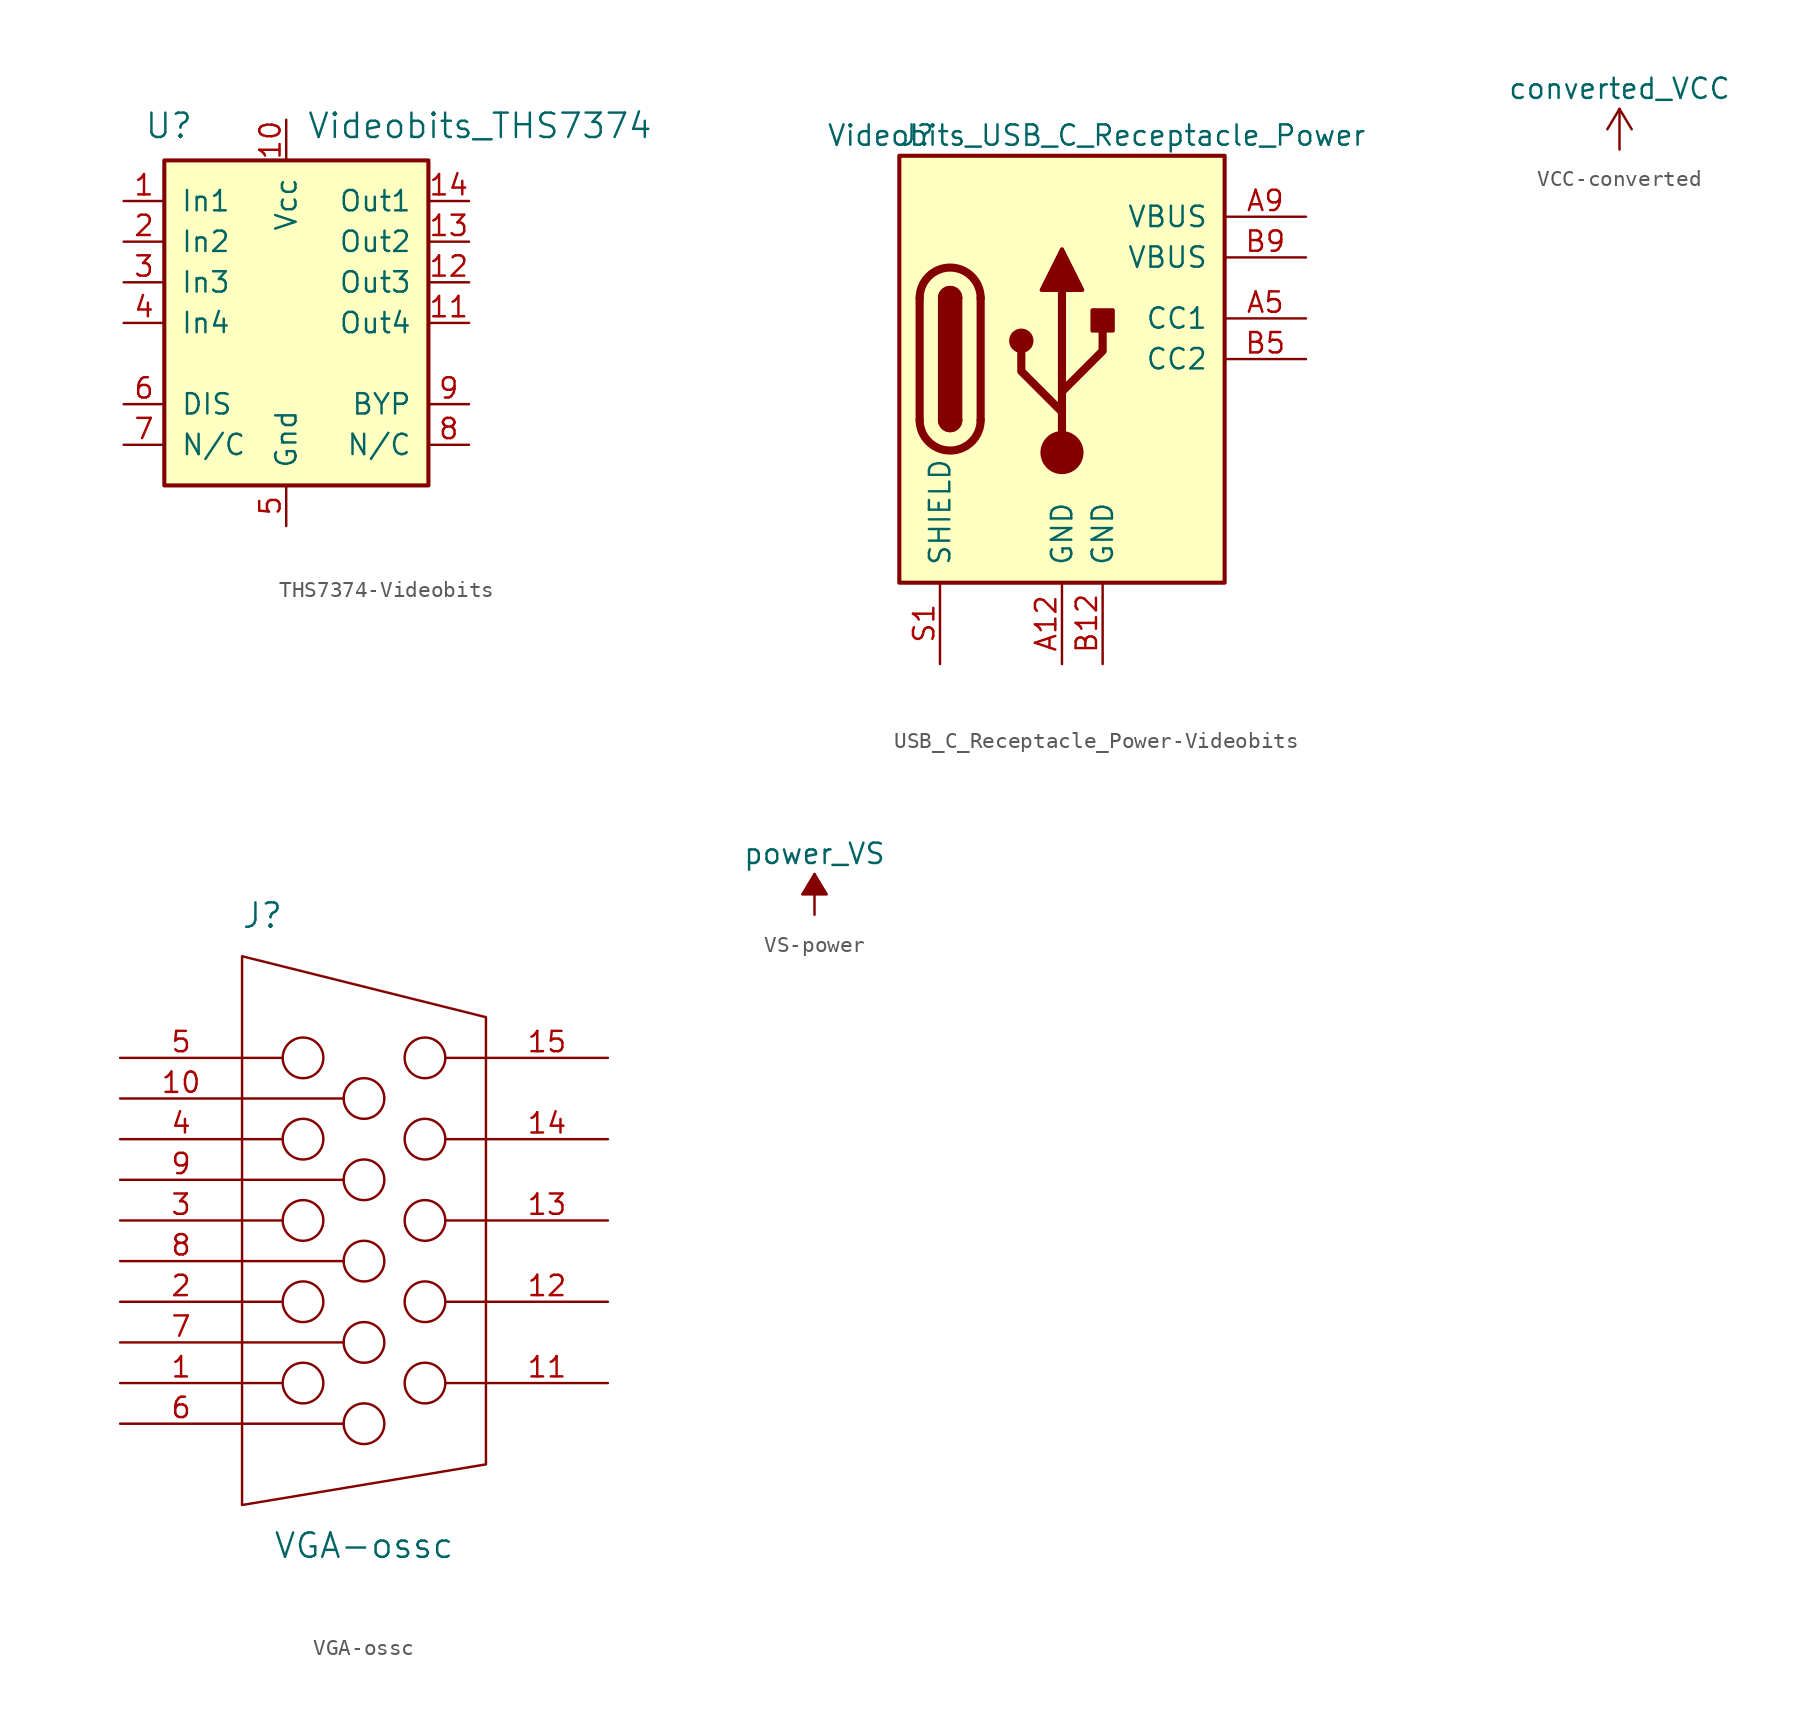
<source format=kicad_sym>
(kicad_symbol_lib
  (version 20231120)
  (generator "kicad_symbol_editor")
  (generator_version "8.0")
  (symbol "THS7374-Videobits"
    (pin_names
      (offset 1.016))
    (property "Reference" "U"
      (at -3.81 6.35 0)
      (effects (font (size 1.524 1.524)) (justify left bottom)))
    (property "Value" "Videobits_THS7374"
      (at 6.35 6.35 0)
      (effects (font (size 1.524 1.524)) (justify left bottom)))
    (property "Footprint" ""
      (at 0 0 0)
      (effects (font (size 1.524 1.524))))
    (property "Datasheet" ""
      (at 0 0 0)
      (effects (font (size 1.524 1.524))))
    (symbol "THS7374-Videobits_0_1"
      (rectangle (start -2.54 -15.24) (end 13.97 5.08) (stroke (width 0.254) (type solid)) (fill (type background)))
      (pin input line (at -5.08 2.54 0) (length 2.54) (name "In1" (effects (font (size 1.27 1.27)))) (number "1" (effects (font (size 1.27 1.27)))))
      (pin power_in line (at 5.08 7.62 270) (length 2.54) (name "Vcc" (effects (font (size 1.27 1.27)))) (number "10" (effects (font (size 1.27 1.27)))))
      (pin output line (at 16.51 -5.08 180) (length 2.54) (name "Out4" (effects (font (size 1.27 1.27)))) (number "11" (effects (font (size 1.27 1.27)))))
      (pin output line (at 16.51 -2.54 180) (length 2.54) (name "Out3" (effects (font (size 1.27 1.27)))) (number "12" (effects (font (size 1.27 1.27)))))
      (pin output line (at 16.51 0 180) (length 2.54) (name "Out2" (effects (font (size 1.27 1.27)))) (number "13" (effects (font (size 1.27 1.27)))))
      (pin output line (at 16.51 2.54 180) (length 2.54) (name "Out1" (effects (font (size 1.27 1.27)))) (number "14" (effects (font (size 1.27 1.27)))))
      (pin input line (at -5.08 0 0) (length 2.54) (name "In2" (effects (font (size 1.27 1.27)))) (number "2" (effects (font (size 1.27 1.27)))))
      (pin input line (at -5.08 -2.54 0) (length 2.54) (name "In3" (effects (font (size 1.27 1.27)))) (number "3" (effects (font (size 1.27 1.27)))))
      (pin input line (at -5.08 -5.08 0) (length 2.54) (name "In4" (effects (font (size 1.27 1.27)))) (number "4" (effects (font (size 1.27 1.27)))))
      (pin power_in line (at 5.08 -17.78 90) (length 2.54) (name "Gnd" (effects (font (size 1.27 1.27)))) (number "5" (effects (font (size 1.27 1.27)))))
      (pin input line (at -5.08 -10.16 0) (length 2.54) (name "DIS" (effects (font (size 1.27 1.27)))) (number "6" (effects (font (size 1.27 1.27)))))
      (pin passive line (at -5.08 -12.7 0) (length 2.54) (name "N/C" (effects (font (size 1.27 1.27)))) (number "7" (effects (font (size 1.27 1.27)))))
      (pin passive line (at 16.51 -12.7 180) (length 2.54) (name "N/C" (effects (font (size 1.27 1.27)))) (number "8" (effects (font (size 1.27 1.27)))))
      (pin input line (at 16.51 -10.16 180) (length 2.54) (name "BYP" (effects (font (size 1.27 1.27)))) (number "9" (effects (font (size 1.27 1.27)))))))
  (symbol "USB_C_Receptacle_Power-Videobits"
    (pin_names
      (offset 1.016))
    (property "Reference" "J"
      (at -10.16 10.16 0)
      (effects (font (size 1.27 1.27)) (justify left)))
    (property "Value" "Videobits_USB_C_Receptacle_Power"
      (at 19.05 10.16 0)
      (effects (font (size 1.27 1.27)) (justify right)))
    (symbol "USB_C_Receptacle_Power-Videobits_0_1"
      (rectangle (start -10.16 8.89) (end 10.16 -17.78) (stroke (width 0.254) (type solid)) (fill (type background)))
      (arc (start -8.89 -7.62) (mid -6.985 -9.525) (end -5.08 -7.62) (stroke (width 0.508) (type solid)) (fill (type none)))
      (arc (start -7.62 -7.62) (mid -6.985 -8.255) (end -6.35 -7.62) (stroke (width 0.254) (type solid)) (fill (type none)))
      (arc (start -7.62 -7.62) (mid -6.985 -8.255) (end -6.35 -7.62) (stroke (width 0.254) (type solid)) (fill (type outline)))
      (rectangle (start -7.62 -7.62) (end -6.35 0) (stroke (width 0.254) (type solid)) (fill (type outline)))
      (arc (start -6.35 0) (mid -6.985 0.635) (end -7.62 0) (stroke (width 0.254) (type solid)) (fill (type none)))
      (arc (start -6.35 0) (mid -6.985 0.635) (end -7.62 0) (stroke (width 0.254) (type solid)) (fill (type outline)))
      (arc (start -5.08 0) (mid -6.985 1.905) (end -8.89 0) (stroke (width 0.508) (type solid)) (fill (type none)))
      (circle (center -2.54 -2.667) (radius 0.635) (stroke (width 0.254) (type solid)) (fill (type outline)))
      (circle (center 0 -9.652) (radius 1.27) (stroke (width 0) (type solid)) (fill (type outline)))
      (polyline (pts (xy -8.89 -7.62) (xy -8.89 0)) (stroke (width 0.508) (type solid)) (fill (type none)))
      (polyline (pts (xy -5.08 0) (xy -5.08 -7.62)) (stroke (width 0.508) (type solid)) (fill (type none)))
      (polyline (pts (xy 0 -9.652) (xy 0 0.508)) (stroke (width 0.508) (type solid)) (fill (type none)))
      (polyline (pts (xy 0 -7.112) (xy -2.54 -4.572) (xy -2.54 -3.302)) (stroke (width 0.508) (type solid)) (fill (type none)))
      (polyline (pts (xy 0 -5.842) (xy 2.54 -3.302) (xy 2.54 -2.032)) (stroke (width 0.508) (type solid)) (fill (type none)))
      (polyline (pts (xy -1.27 0.508) (xy 0 3.048) (xy 1.27 0.508) (xy -1.27 0.508)) (stroke (width 0.254) (type solid)) (fill (type outline)))
      (rectangle (start 1.905 -2.032) (end 3.175 -0.762) (stroke (width 0.254) (type solid)) (fill (type outline))))
    (symbol "USB_C_Receptacle_Power-Videobits_1_1"
      (pin power_out line (at 0 -22.86 90) (length 5.08) (name "GND" (effects (font (size 1.27 1.27)))) (number "A12" (effects (font (size 1.27 1.27)))))
      (pin bidirectional line (at 15.24 -1.27 180) (length 5.08) (name "CC1" (effects (font (size 1.27 1.27)))) (number "A5" (effects (font (size 1.27 1.27)))))
      (pin power_out line (at 15.24 5.08 180) (length 5.08) (name "VBUS" (effects (font (size 1.27 1.27)))) (number "A9" (effects (font (size 1.27 1.27)))))
      (pin power_out line (at 2.54 -22.86 90) (length 5.08) (name "GND" (effects (font (size 1.27 1.27)))) (number "B12" (effects (font (size 1.27 1.27)))))
      (pin bidirectional line (at 15.24 -3.81 180) (length 5.08) (name "CC2" (effects (font (size 1.27 1.27)))) (number "B5" (effects (font (size 1.27 1.27)))))
      (pin power_out line (at 15.24 2.54 180) (length 5.08) (name "VBUS" (effects (font (size 1.27 1.27)))) (number "B9" (effects (font (size 1.27 1.27)))))
      (pin passive line (at -7.62 -22.86 90) (length 5.08) (name "SHIELD" (effects (font (size 1.27 1.27)))) (number "S1" (effects (font (size 1.27 1.27)))))))
  (symbol "VCC-converted"
    (power)
    (pin_names
      (offset 0))
    (property "Reference" "#PWR"
      (at 0 -3.81 0)
      (effects (font (size 1.27 1.27)) (hide yes)))
    (property "Value" "converted_VCC"
      (at 0 3.81 0)
      (effects (font (size 1.27 1.27))))
    (property "Footprint" ""
      (at 0 0 0)
      (effects (font (size 1.524 1.524))))
    (property "Datasheet" ""
      (at 0 0 0)
      (effects (font (size 1.524 1.524))))
    (symbol "VCC-converted_0_1"
      (polyline (pts (xy -0.762 1.27) (xy 0 2.54)) (stroke (width 0) (type solid)) (fill (type none)))
      (polyline (pts (xy 0 0) (xy 0 2.54)) (stroke (width 0) (type solid)) (fill (type none)))
      (polyline (pts (xy 0 2.54) (xy 0.762 1.27)) (stroke (width 0) (type solid)) (fill (type none))))
    (symbol "VCC-converted_1_1"
      (pin power_in line (at 0 0 90) (length 0) hide (name "VCC" (effects (font (size 1.27 1.27)))) (number "1" (effects (font (size 1.27 1.27)))))))
  (symbol "VGA-ossc"
    (pin_names
      (offset 0) hide)
    (property "Reference" "J"
      (at -6.35 20.32 0)
      (effects (font (size 1.524 1.524))))
    (property "Value" "VGA-ossc"
      (at 0 -19.05 0)
      (effects (font (size 1.524 1.524))))
    (property "Footprint" ""
      (at 0 0 0)
      (effects (font (size 1.524 1.524))))
    (property "Datasheet" ""
      (at 0 0 0)
      (effects (font (size 1.524 1.524))))
    (symbol "VGA-ossc_0_1"
      (circle (center -3.81 -8.89) (radius 1.27) (stroke (width 0) (type solid)) (fill (type none)))
      (circle (center -3.81 -3.81) (radius 1.27) (stroke (width 0) (type solid)) (fill (type none)))
      (circle (center -3.81 1.27) (radius 1.27) (stroke (width 0) (type solid)) (fill (type none)))
      (circle (center -3.81 6.35) (radius 1.27) (stroke (width 0) (type solid)) (fill (type none)))
      (circle (center -3.81 11.43) (radius 1.27) (stroke (width 0) (type solid)) (fill (type none)))
      (circle (center 0 -11.43) (radius 1.27) (stroke (width 0) (type solid)) (fill (type none)))
      (circle (center 0 -6.35) (radius 1.27) (stroke (width 0) (type solid)) (fill (type none)))
      (circle (center 0 -1.27) (radius 1.27) (stroke (width 0) (type solid)) (fill (type none)))
      (polyline (pts (xy -7.62 -11.43) (xy -1.27 -11.43)) (stroke (width 0) (type solid)) (fill (type none)))
      (polyline (pts (xy -7.62 -8.89) (xy -5.08 -8.89)) (stroke (width 0) (type solid)) (fill (type none)))
      (polyline (pts (xy -7.62 -6.35) (xy -1.27 -6.35)) (stroke (width 0) (type solid)) (fill (type none)))
      (polyline (pts (xy -7.62 -3.81) (xy -5.08 -3.81)) (stroke (width 0) (type solid)) (fill (type none)))
      (polyline (pts (xy -7.62 -1.27) (xy -1.27 -1.27)) (stroke (width 0) (type solid)) (fill (type none)))
      (polyline (pts (xy -7.62 1.27) (xy -5.08 1.27)) (stroke (width 0) (type solid)) (fill (type none)))
      (polyline (pts (xy -7.62 3.81) (xy -1.27 3.81)) (stroke (width 0) (type solid)) (fill (type none)))
      (polyline (pts (xy -7.62 6.35) (xy -5.08 6.35)) (stroke (width 0) (type solid)) (fill (type none)))
      (polyline (pts (xy -7.62 8.89) (xy -1.27 8.89)) (stroke (width 0) (type solid)) (fill (type none)))
      (polyline (pts (xy 5.08 -8.89) (xy 7.62 -8.89)) (stroke (width 0) (type solid)) (fill (type none)))
      (polyline (pts (xy 5.08 -3.81) (xy 7.62 -3.81)) (stroke (width 0) (type solid)) (fill (type none)))
      (polyline (pts (xy 5.08 1.27) (xy 7.62 1.27)) (stroke (width 0) (type solid)) (fill (type none)))
      (polyline (pts (xy 5.08 6.35) (xy 7.62 6.35)) (stroke (width 0) (type solid)) (fill (type none)))
      (polyline (pts (xy 5.08 11.43) (xy 7.62 11.43)) (stroke (width 0) (type solid)) (fill (type none)))
      (polyline (pts (xy -7.62 11.43) (xy -5.08 11.43) (xy -5.08 11.43)) (stroke (width 0) (type solid)) (fill (type none)))
      (polyline (pts (xy -7.62 -16.51) (xy -7.62 17.78) (xy 7.62 13.97) (xy 7.62 -13.97) (xy -7.62 -16.51)) (stroke (width 0) (type solid)) (fill (type none)))
      (circle (center 0 3.81) (radius 1.27) (stroke (width 0) (type solid)) (fill (type none)))
      (circle (center 0 8.89) (radius 1.27) (stroke (width 0) (type solid)) (fill (type none)))
      (circle (center 3.81 -8.89) (radius 1.27) (stroke (width 0) (type solid)) (fill (type none)))
      (circle (center 3.81 -3.81) (radius 1.27) (stroke (width 0) (type solid)) (fill (type none)))
      (circle (center 3.81 1.27) (radius 1.27) (stroke (width 0) (type solid)) (fill (type none)))
      (circle (center 3.81 6.35) (radius 1.27) (stroke (width 0) (type solid)) (fill (type none)))
      (circle (center 3.81 11.43) (radius 1.27) (stroke (width 0) (type solid)) (fill (type none))))
    (symbol "VGA-ossc_1_1"
      (pin output line (at -15.24 -8.89 0) (length 7.62) (name "RED" (effects (font (size 1.27 1.27)))) (number "1" (effects (font (size 1.27 1.27)))))
      (pin input line (at -15.24 8.89 0) (length 7.62) (name "GND_VSYNC" (effects (font (size 1.27 1.27)))) (number "10" (effects (font (size 1.27 1.27)))))
      (pin input line (at 15.24 -8.89 180) (length 7.62) (name "ID0/RES" (effects (font (size 1.27 1.27)))) (number "11" (effects (font (size 1.27 1.27)))))
      (pin input line (at 15.24 -3.81 180) (length 7.62) (name "ID1/SDA" (effects (font (size 1.27 1.27)))) (number "12" (effects (font (size 1.27 1.27)))))
      (pin output line (at 15.24 1.27 180) (length 7.62) (name "HSYNC" (effects (font (size 1.27 1.27)))) (number "13" (effects (font (size 1.27 1.27)))))
      (pin output line (at 15.24 6.35 180) (length 7.62) (name "VSYNC" (effects (font (size 1.27 1.27)))) (number "14" (effects (font (size 1.27 1.27)))))
      (pin input line (at 15.24 11.43 180) (length 7.62) (name "ID3/SCL" (effects (font (size 1.27 1.27)))) (number "15" (effects (font (size 1.27 1.27)))))
      (pin output line (at -15.24 -3.81 0) (length 7.62) (name "GREEN" (effects (font (size 1.27 1.27)))) (number "2" (effects (font (size 1.27 1.27)))))
      (pin output line (at -15.24 1.27 0) (length 7.62) (name "BLUE" (effects (font (size 1.27 1.27)))) (number "3" (effects (font (size 1.27 1.27)))))
      (pin input line (at -15.24 6.35 0) (length 7.62) (name "ID2/RES" (effects (font (size 1.27 1.27)))) (number "4" (effects (font (size 1.27 1.27)))))
      (pin input line (at -15.24 11.43 0) (length 7.62) (name "GND_HSYNC" (effects (font (size 1.27 1.27)))) (number "5" (effects (font (size 1.27 1.27)))))
      (pin input line (at -15.24 -11.43 0) (length 7.62) (name "RED_RTN" (effects (font (size 1.27 1.27)))) (number "6" (effects (font (size 1.27 1.27)))))
      (pin input line (at -15.24 -6.35 0) (length 7.62) (name "GREEN_RTN" (effects (font (size 1.27 1.27)))) (number "7" (effects (font (size 1.27 1.27)))))
      (pin input line (at -15.24 -1.27 0) (length 7.62) (name "BLUE_RTN" (effects (font (size 1.27 1.27)))) (number "8" (effects (font (size 1.27 1.27)))))
      (pin input line (at -15.24 3.81 0) (length 7.62) (name "KEY/PWR" (effects (font (size 1.27 1.27)))) (number "9" (effects (font (size 1.27 1.27)))))))
  (symbol "VS-power"
    (power)
    (pin_names
      (offset 0))
    (property "Reference" "#PWR"
      (at -5.08 -3.81 0)
      (effects (font (size 1.27 1.27)) (hide yes)))
    (property "Value" "power_VS"
      (at 0 3.81 0)
      (effects (font (size 1.27 1.27))))
    (symbol "VS-power_0_1"
      (polyline (pts (xy 0 0) (xy 0 2.54)) (stroke (width 0) (type solid)) (fill (type none)))
      (polyline (pts (xy 0.762 1.27) (xy -0.762 1.27) (xy 0 2.54) (xy 0.762 1.27)) (stroke (width 0) (type solid)) (fill (type outline))))
    (symbol "VS-power_1_1"
      (pin power_in line (at 0 0 90) (length 0) hide (name "VS" (effects (font (size 1.27 1.27)))) (number "1" (effects (font (size 1.27 1.27))))))))
</source>
